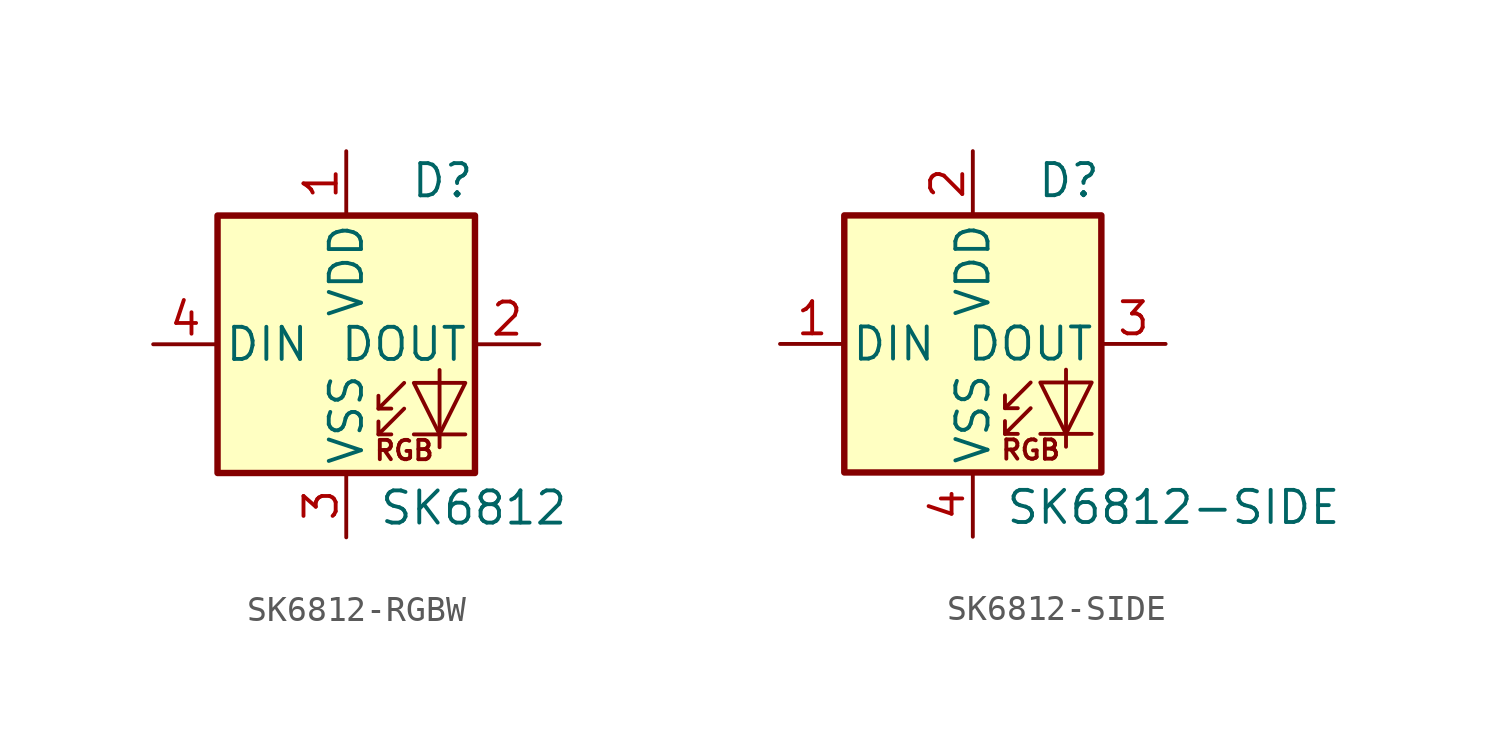
<source format=kicad_sym>
(kicad_symbol_lib
  (version 20220914)
  (generator kicad_symbol_editor)
  (symbol "SK6812-RGBW"
    (pin_names
      (offset 0.254))
    (property "Reference" "D"
      (at 5.08 5.715 0)
      (effects (font (size 1.27 1.27)) (justify right bottom)))
    (property "Value" "SK6812"
      (at 1.27 -5.715 0)
      (effects (font (size 1.27 1.27)) (justify left top)))
    (symbol "SK6812-RGBW_0_0"
      (text "RGB" (at 2.286 -4.191 0) (effects (font (size 0.762 0.762)))))
    (symbol "SK6812-RGBW_0_1"
      (rectangle (start -5.08 5.08) (end 5.08 -5.08) (stroke (width 0.254) (type default)) (fill (type background)))
      (polyline (pts (xy 1.27 -3.556) (xy 1.778 -3.556)) (stroke (width 0) (type default)) (fill (type none)))
      (polyline (pts (xy 1.27 -2.54) (xy 1.778 -2.54)) (stroke (width 0) (type default)) (fill (type none)))
      (polyline (pts (xy 4.699 -3.556) (xy 2.667 -3.556)) (stroke (width 0) (type default)) (fill (type none)))
      (polyline (pts (xy 2.286 -2.54) (xy 1.27 -3.556) (xy 1.27 -3.048)) (stroke (width 0) (type default)) (fill (type none)))
      (polyline (pts (xy 2.286 -1.524) (xy 1.27 -2.54) (xy 1.27 -2.032)) (stroke (width 0) (type default)) (fill (type none)))
      (polyline (pts (xy 3.683 -1.016) (xy 3.683 -3.556) (xy 3.683 -4.064)) (stroke (width 0) (type default)) (fill (type none)))
      (polyline (pts (xy 4.699 -1.524) (xy 2.667 -1.524) (xy 3.683 -3.556) (xy 4.699 -1.524)) (stroke (width 0) (type default)) (fill (type none))))
    (symbol "SK6812-RGBW_1_1"
      (pin power_in line (at 0 7.62 270) (length 2.54) (name "VDD" (effects (font (size 1.27 1.27)))) (number "1" (effects (font (size 1.27 1.27)))))
      (pin output line (at 7.62 0 180) (length 2.54) (name "DOUT" (effects (font (size 1.27 1.27)))) (number "2" (effects (font (size 1.27 1.27)))))
      (pin power_in line (at 0 -7.62 90) (length 2.54) (name "VSS" (effects (font (size 1.27 1.27)))) (number "3" (effects (font (size 1.27 1.27)))))
      (pin input line (at -7.62 0 0) (length 2.54) (name "DIN" (effects (font (size 1.27 1.27)))) (number "4" (effects (font (size 1.27 1.27)))))))
  (symbol "SK6812-SIDE"
    (pin_names
      (offset 0.254))
    (property "Reference" "D"
      (at 5.08 5.715 0)
      (effects (font (size 1.27 1.27)) (justify right bottom)))
    (property "Value" "SK6812-SIDE"
      (at 1.27 -5.715 0)
      (effects (font (size 1.27 1.27)) (justify left top)))
    (symbol "SK6812-SIDE_0_0"
      (text "RGB" (at 2.286 -4.191 0) (effects (font (size 0.762 0.762)))))
    (symbol "SK6812-SIDE_0_1"
      (polyline (pts (xy 1.27 -3.556) (xy 1.778 -3.556)) (stroke (width 0) (type default)) (fill (type none)))
      (polyline (pts (xy 1.27 -2.54) (xy 1.778 -2.54)) (stroke (width 0) (type default)) (fill (type none)))
      (polyline (pts (xy 4.699 -3.556) (xy 2.667 -3.556)) (stroke (width 0) (type default)) (fill (type none)))
      (polyline (pts (xy 2.286 -2.54) (xy 1.27 -3.556) (xy 1.27 -3.048)) (stroke (width 0) (type default)) (fill (type none)))
      (polyline (pts (xy 2.286 -1.524) (xy 1.27 -2.54) (xy 1.27 -2.032)) (stroke (width 0) (type default)) (fill (type none)))
      (polyline (pts (xy 3.683 -1.016) (xy 3.683 -3.556) (xy 3.683 -4.064)) (stroke (width 0) (type default)) (fill (type none)))
      (polyline (pts (xy 4.699 -1.524) (xy 2.667 -1.524) (xy 3.683 -3.556) (xy 4.699 -1.524)) (stroke (width 0) (type default)) (fill (type none)))
      (rectangle (start 5.08 5.08) (end -5.08 -5.08) (stroke (width 0.254) (type default)) (fill (type background))))
    (symbol "SK6812-SIDE_1_1"
      (pin input line (at -7.62 0 0) (length 2.54) (name "DIN" (effects (font (size 1.27 1.27)))) (number "1" (effects (font (size 1.27 1.27)))))
      (pin power_in line (at 0 7.62 270) (length 2.54) (name "VDD" (effects (font (size 1.27 1.27)))) (number "2" (effects (font (size 1.27 1.27)))))
      (pin output line (at 7.62 0 180) (length 2.54) (name "DOUT" (effects (font (size 1.27 1.27)))) (number "3" (effects (font (size 1.27 1.27)))))
      (pin power_in line (at 0 -7.62 90) (length 2.54) (name "VSS" (effects (font (size 1.27 1.27)))) (number "4" (effects (font (size 1.27 1.27))))))))
</source>
